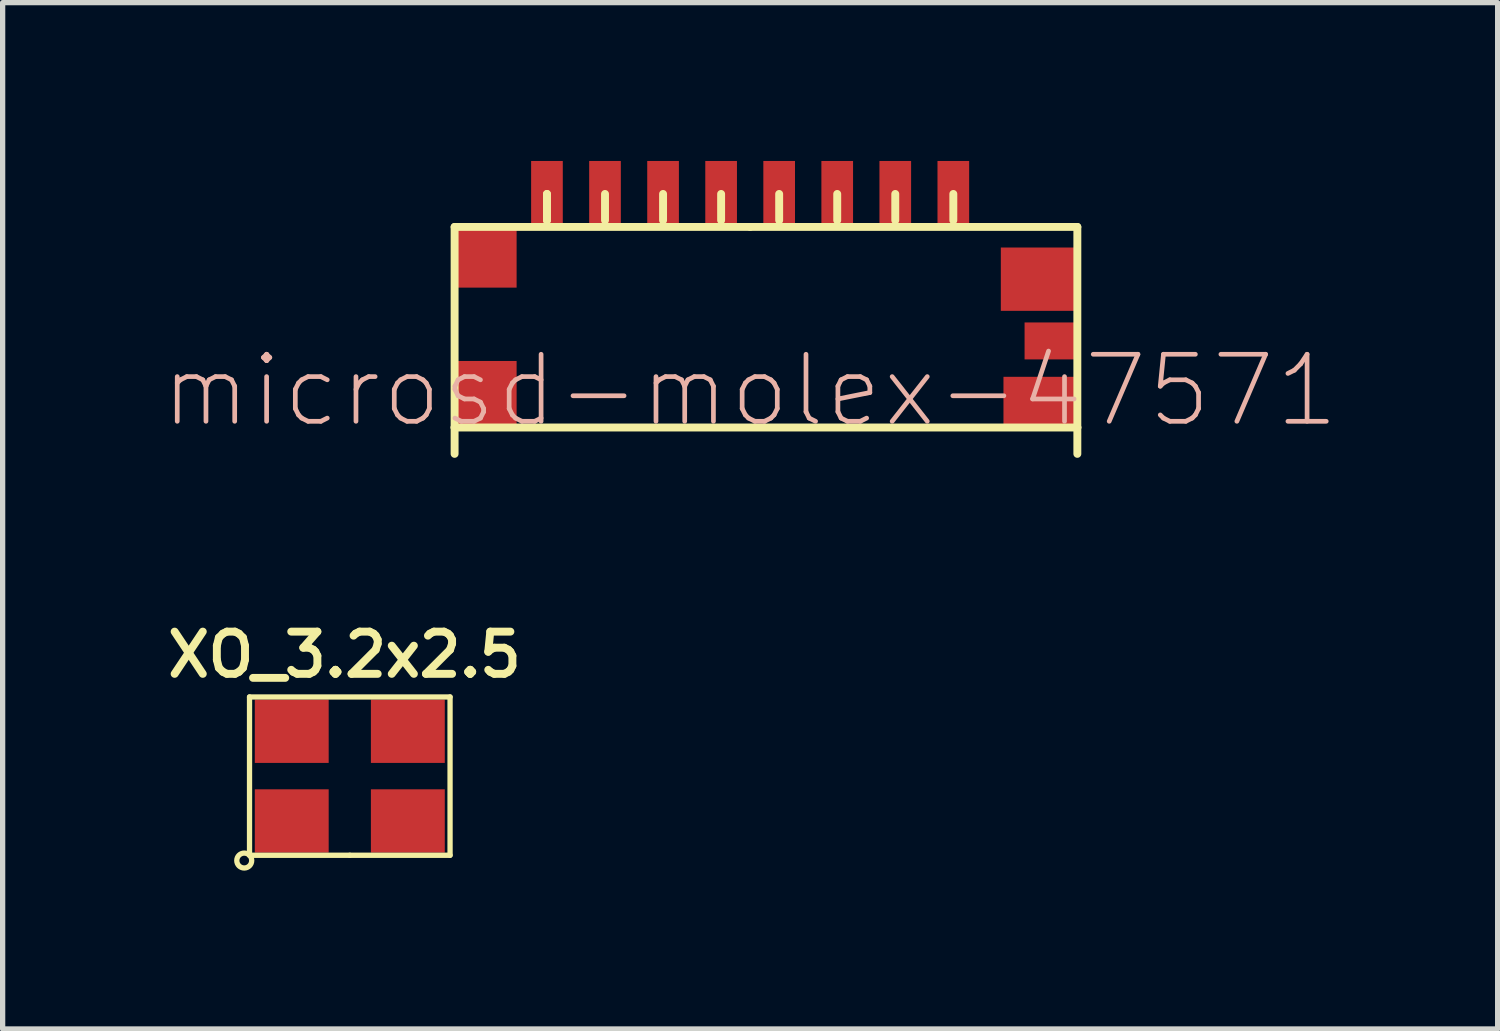
<source format=kicad_pcb>
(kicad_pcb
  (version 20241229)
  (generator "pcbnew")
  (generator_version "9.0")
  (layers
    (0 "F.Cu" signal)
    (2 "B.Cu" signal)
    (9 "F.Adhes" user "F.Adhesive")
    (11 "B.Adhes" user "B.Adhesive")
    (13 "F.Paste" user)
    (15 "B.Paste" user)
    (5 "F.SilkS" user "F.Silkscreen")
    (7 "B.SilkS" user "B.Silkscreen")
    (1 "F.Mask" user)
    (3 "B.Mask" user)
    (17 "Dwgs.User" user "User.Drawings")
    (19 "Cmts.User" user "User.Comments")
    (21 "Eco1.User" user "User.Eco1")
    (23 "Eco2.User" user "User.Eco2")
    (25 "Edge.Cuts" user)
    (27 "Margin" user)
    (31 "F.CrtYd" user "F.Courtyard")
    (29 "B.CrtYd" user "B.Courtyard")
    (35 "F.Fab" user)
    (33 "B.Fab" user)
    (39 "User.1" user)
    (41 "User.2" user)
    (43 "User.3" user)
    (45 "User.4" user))
  (footprint "microsd-molex-47571"
    (layer "F.Cu")
    (at 11.164 1.25)
    (property "Reference" "microsd-molex-47571" (at 0 3.1 0) (layer "B.SilkS") (effects (font (size 1.27 1.27) (thickness 0.089))))
    (attr smd)
    (fp_line (start -5.6 0) (end -5.6 3.8) (stroke (width 0.15) (type solid)) (layer "F.SilkS"))
    (fp_line (start -5.6 3.8) (end -5.6 4.3) (stroke (width 0.15) (type solid)) (layer "F.SilkS"))
    (fp_line (start -3.85 -0.125) (end -3.85 -0.625) (stroke (width 0.15) (type solid)) (layer "F.SilkS"))
    (fp_line (start -3.85 -0.125) (end -3.85 -0.625) (stroke (width 0.15) (type solid)) (layer "F.SilkS"))
    (fp_line (start -2.75 -0.125) (end -2.75 -0.625) (stroke (width 0.15) (type solid)) (layer "F.SilkS"))
    (fp_line (start -1.65 -0.125) (end -1.65 -0.625) (stroke (width 0.15) (type solid)) (layer "F.SilkS"))
    (fp_line (start -0.55 -0.125) (end -0.55 -0.625) (stroke (width 0.15) (type solid)) (layer "F.SilkS"))
    (fp_line (start 0 0) (end -5.6 0) (stroke (width 0.15) (type solid)) (layer "F.SilkS"))
    (fp_line (start 0 0) (end 6.2 0) (stroke (width 0.15) (type solid)) (layer "F.SilkS"))
    (fp_line (start 0.55 -0.125) (end 0.55 -0.625) (stroke (width 0.15) (type solid)) (layer "F.SilkS"))
    (fp_line (start 1.65 -0.125) (end 1.65 -0.625) (stroke (width 0.15) (type solid)) (layer "F.SilkS"))
    (fp_line (start 2.75 -0.125) (end 2.75 -0.625) (stroke (width 0.15) (type solid)) (layer "F.SilkS"))
    (fp_line (start 3.85 -0.125) (end 3.85 -0.625) (stroke (width 0.15) (type solid)) (layer "F.SilkS"))
    (fp_line (start 6.2 0) (end 6.2 3.8) (stroke (width 0.15) (type solid)) (layer "F.SilkS"))
    (fp_line (start 6.2 3.8) (end -5.6 3.8) (stroke (width 0.15) (type solid)) (layer "F.SilkS"))
    (fp_line (start 6.2 3.8) (end 6.2 4.3) (stroke (width 0.15) (type solid)) (layer "F.SilkS"))
    (pad "1" smd rect (at 3.85 -0.625 270) (size 1.25 0.6) (layers "F.Cu" "F.Mask" "F.Paste"))
    (pad "2" smd rect (at 2.75 -0.625 270) (size 1.25 0.6) (layers "F.Cu" "F.Mask" "F.Paste"))
    (pad "3" smd rect (at 1.65 -0.625 270) (size 1.25 0.6) (layers "F.Cu" "F.Mask" "F.Paste"))
    (pad "4" smd rect (at 0.55 -0.625 270) (size 1.25 0.6) (layers "F.Cu" "F.Mask" "F.Paste"))
    (pad "5" smd rect (at -0.55 -0.625 270) (size 1.25 0.6) (layers "F.Cu" "F.Mask" "F.Paste"))
    (pad "6" smd rect (at -1.65 -0.625 270) (size 1.25 0.6) (layers "F.Cu" "F.Mask" "F.Paste"))
    (pad "7" smd rect (at -2.75 -0.625 270) (size 1.25 0.6) (layers "F.Cu" "F.Mask" "F.Paste"))
    (pad "8" smd rect (at -3.85 -0.625 270) (size 1.25 0.6) (layers "F.Cu" "F.Mask" "F.Paste"))
    (pad "9" smd rect (at -5 0.55) (size 1.15 1.2) (layers "F.Cu" "F.Mask" "F.Paste"))
    (pad "10" smd rect (at -5 3.14) (size 1.15 1.2) (layers "F.Cu" "F.Mask" "F.Paste"))
    (pad "11" smd rect (at 5.475 0.99) (size 1.45 1.2) (layers "F.Cu" "F.Mask" "F.Paste"))
    (pad "12" smd rect (at 5.7 2.16 270) (size 0.7 1) (layers "F.Cu" "F.Mask" "F.Paste"))
    (pad "13" smd rect (at 5.5 3.29 270) (size 0.9 1.4) (layers "F.Cu" "F.Mask" "F.Paste")))
  (footprint "XO_3.2x2.5"
    (layer "F.Cu")
    (at 3.578 11.656)
    (property "Reference" "XO_3.2x2.5" (at -0.1 -2.3 0) (layer "F.SilkS") (effects (font (size 0.8 0.8) (thickness 0.15))))
    (attr through_hole)
    (fp_line (start -1.9 -1.5) (end -1.9 1.5) (stroke (width 0.1) (type solid)) (layer "F.SilkS"))
    (fp_line (start -1.9 1.5) (end 0 1.5) (stroke (width 0.1) (type solid)) (layer "F.SilkS"))
    (fp_line (start 0 1.5) (end 1.9 1.5) (stroke (width 0.1) (type solid)) (layer "F.SilkS"))
    (fp_line (start 1.9 -1.5) (end -1.9 -1.5) (stroke (width 0.1) (type solid)) (layer "F.SilkS"))
    (fp_line (start 1.9 1.5) (end 1.9 -1.5) (stroke (width 0.1) (type solid)) (layer "F.SilkS"))
    (fp_circle (center -2 1.6) (end -1.9 1.5) (stroke (width 0.1) (type solid)) (fill no) (layer "F.SilkS"))
    (pad "1" smd rect (at -1.1 0.85) (size 1.4 1.2) (layers "F.Cu" "F.Mask" "F.Paste"))
    (pad "2" smd rect (at 1.1 0.85) (size 1.4 1.2) (layers "F.Cu" "F.Mask" "F.Paste"))
    (pad "3" smd rect (at 1.1 -0.85) (size 1.4 1.2) (layers "F.Cu" "F.Mask" "F.Paste"))
    (pad "4" smd rect (at -1.1 -0.85) (size 1.4 1.2) (layers "F.Cu" "F.Mask" "F.Paste")))
  (gr_rect
    (start -3 -3)
    (end 25.328 16.448)
    (stroke (width 0.1) (type default))
    (fill no)
    (layer "Edge.Cuts")))
</source>
